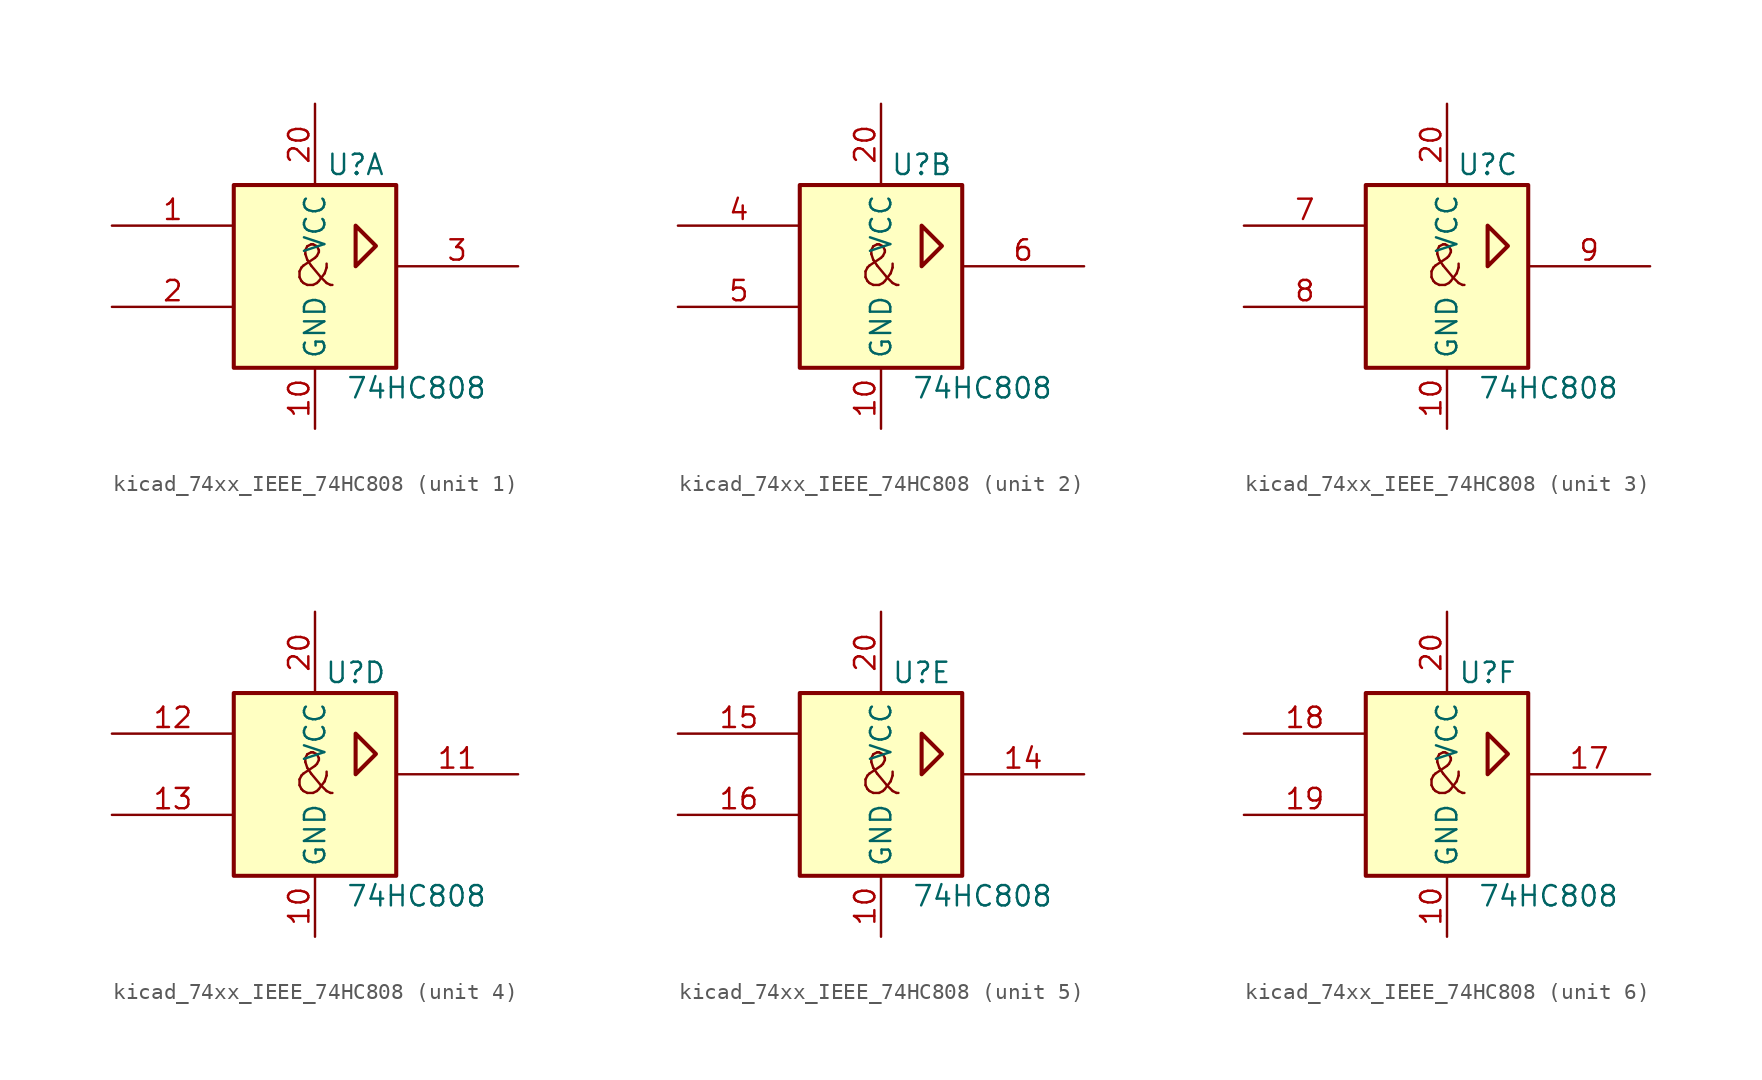
<source format=kicad_sym>
(kicad_symbol_lib
  (version 20220914)
  (generator kicad_symbol_editor)
  (symbol "kicad_74xx_IEEE_74HC808"
    (property "Reference" "U"
      (at 2.54 6.35 0)
      (effects (font (size 1.27 1.27))))
    (property "Value" "74HC808"
      (at 6.35 -7.62 0)
      (effects (font (size 1.27 1.27))))
    (symbol "kicad_74xx_IEEE_74HC808_0_1"
      (rectangle (start -5.08 5.08) (end 5.08 -6.35) (stroke (width 0.254) (type default)) (fill (type background)))
      (polyline (pts (xy 2.54 0) (xy 2.54 2.54) (xy 3.81 1.27) (xy 2.54 0) (xy 2.54 0)) (stroke (width 0.254) (type default)) (fill (type background)))
      (text "&" (at 0 0 0) (effects (font (size 2.54 2.54))))
      (pin power_in line (at 0 -10.16 90) (length 3.81) (name "GND" (effects (font (size 1.27 1.27)))) (number "10" (effects (font (size 1.27 1.27)))))
      (pin power_in line (at 0 10.16 270) (length 5.08) (name "VCC" (effects (font (size 1.27 1.27)))) (number "20" (effects (font (size 1.27 1.27))))))
    (symbol "kicad_74xx_IEEE_74HC808_1_1"
      (pin input line (at -12.7 2.54 0) (length 7.62) (name "~" (effects (font (size 1.27 1.27)))) (number "1" (effects (font (size 1.27 1.27)))))
      (pin input line (at -12.7 -2.54 0) (length 7.62) (name "~" (effects (font (size 1.27 1.27)))) (number "2" (effects (font (size 1.27 1.27)))))
      (pin output line (at 12.7 0 180) (length 7.62) (name "~" (effects (font (size 1.27 1.27)))) (number "3" (effects (font (size 1.27 1.27))))))
    (symbol "kicad_74xx_IEEE_74HC808_2_1"
      (pin input line (at -12.7 2.54 0) (length 7.62) (name "~" (effects (font (size 1.27 1.27)))) (number "4" (effects (font (size 1.27 1.27)))))
      (pin input line (at -12.7 -2.54 0) (length 7.62) (name "~" (effects (font (size 1.27 1.27)))) (number "5" (effects (font (size 1.27 1.27)))))
      (pin output line (at 12.7 0 180) (length 7.62) (name "~" (effects (font (size 1.27 1.27)))) (number "6" (effects (font (size 1.27 1.27))))))
    (symbol "kicad_74xx_IEEE_74HC808_3_1"
      (pin input line (at -12.7 2.54 0) (length 7.62) (name "~" (effects (font (size 1.27 1.27)))) (number "7" (effects (font (size 1.27 1.27)))))
      (pin input line (at -12.7 -2.54 0) (length 7.62) (name "~" (effects (font (size 1.27 1.27)))) (number "8" (effects (font (size 1.27 1.27)))))
      (pin output line (at 12.7 0 180) (length 7.62) (name "~" (effects (font (size 1.27 1.27)))) (number "9" (effects (font (size 1.27 1.27))))))
    (symbol "kicad_74xx_IEEE_74HC808_4_1"
      (pin output line (at 12.7 0 180) (length 7.62) (name "~" (effects (font (size 1.27 1.27)))) (number "11" (effects (font (size 1.27 1.27)))))
      (pin input line (at -12.7 2.54 0) (length 7.62) (name "~" (effects (font (size 1.27 1.27)))) (number "12" (effects (font (size 1.27 1.27)))))
      (pin input line (at -12.7 -2.54 0) (length 7.62) (name "~" (effects (font (size 1.27 1.27)))) (number "13" (effects (font (size 1.27 1.27))))))
    (symbol "kicad_74xx_IEEE_74HC808_5_1"
      (pin output line (at 12.7 0 180) (length 7.62) (name "~" (effects (font (size 1.27 1.27)))) (number "14" (effects (font (size 1.27 1.27)))))
      (pin input line (at -12.7 2.54 0) (length 7.62) (name "~" (effects (font (size 1.27 1.27)))) (number "15" (effects (font (size 1.27 1.27)))))
      (pin input line (at -12.7 -2.54 0) (length 7.62) (name "~" (effects (font (size 1.27 1.27)))) (number "16" (effects (font (size 1.27 1.27))))))
    (symbol "kicad_74xx_IEEE_74HC808_6_1"
      (pin output line (at 12.7 0 180) (length 7.62) (name "~" (effects (font (size 1.27 1.27)))) (number "17" (effects (font (size 1.27 1.27)))))
      (pin input line (at -12.7 2.54 0) (length 7.62) (name "~" (effects (font (size 1.27 1.27)))) (number "18" (effects (font (size 1.27 1.27)))))
      (pin input line (at -12.7 -2.54 0) (length 7.62) (name "~" (effects (font (size 1.27 1.27)))) (number "19" (effects (font (size 1.27 1.27))))))))
</source>
